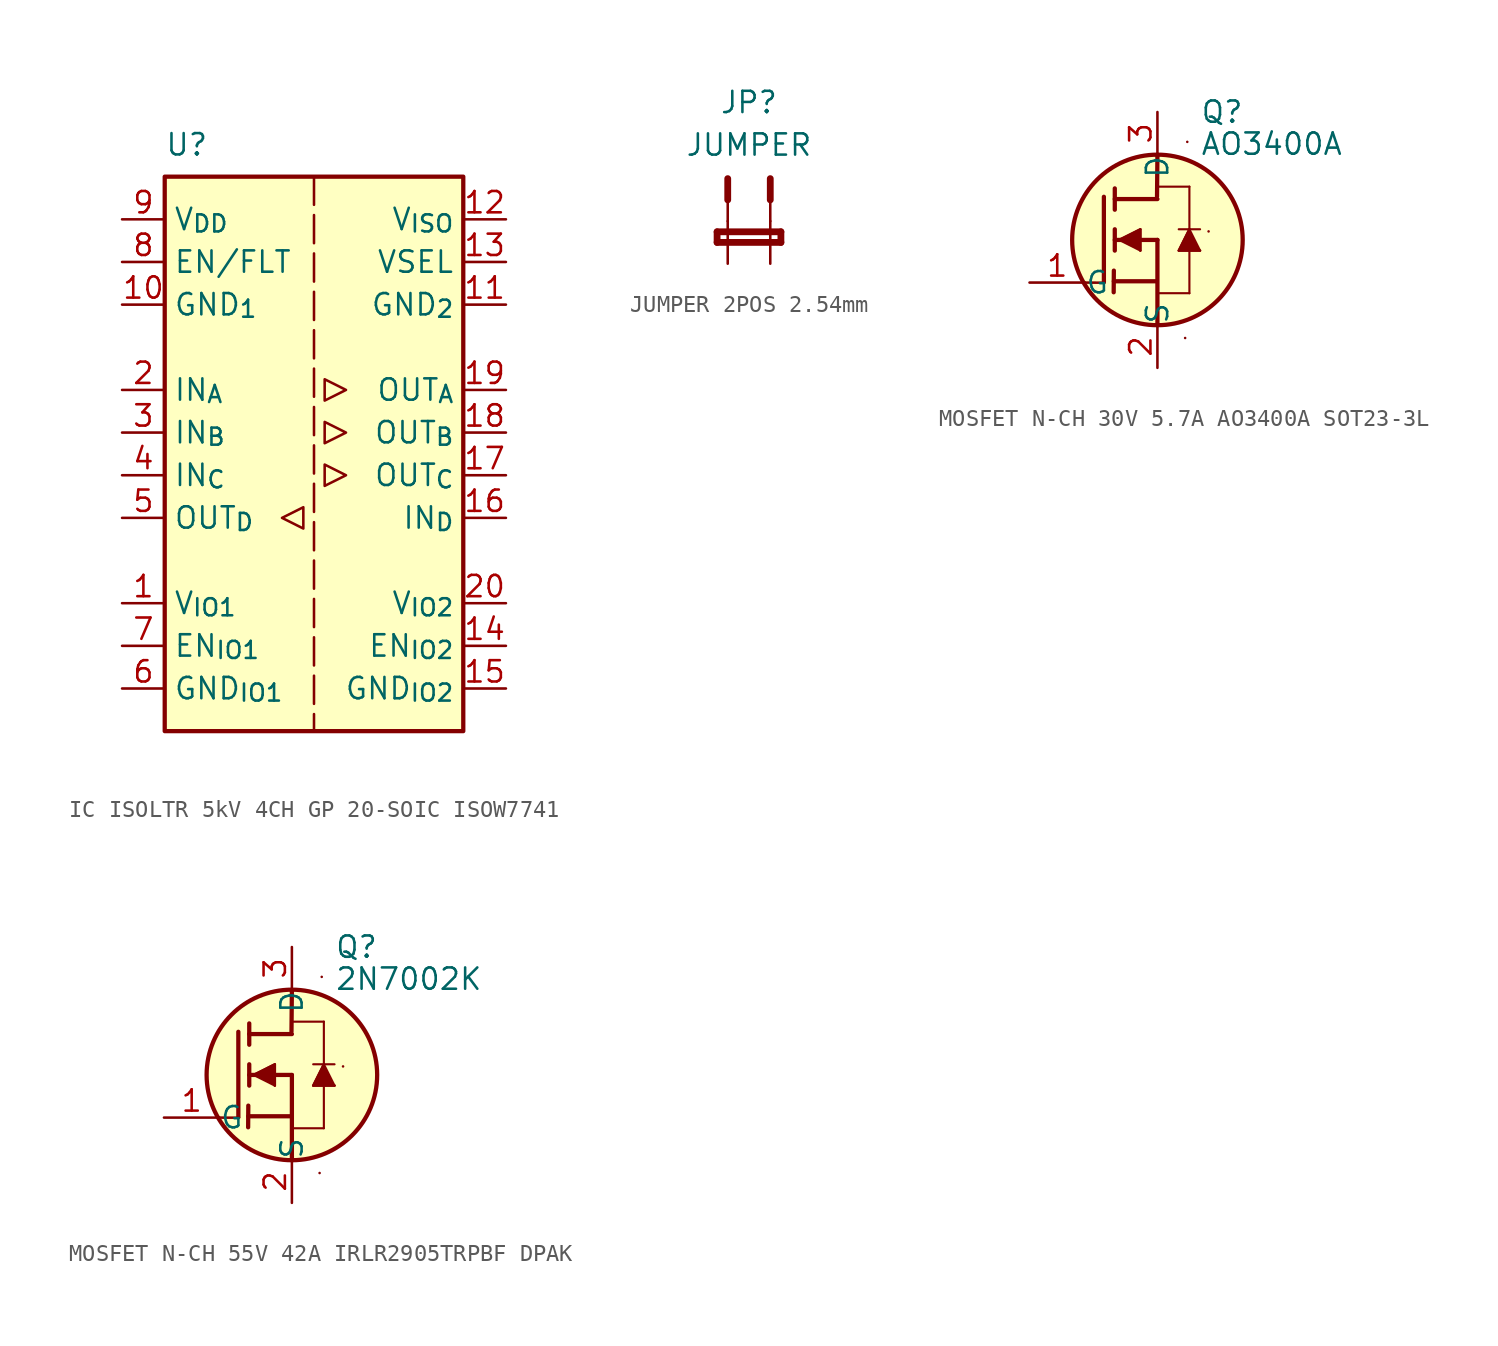
<source format=kicad_sym>
(kicad_symbol_lib
  (version 20241209)
  (generator "kicad_symbol_editor")
  (generator_version "9.0")
  (symbol "IC ISOLTR 5kV 4CH GP 20-SOIC ISOW7741"
    (property "Reference" "U"
      (at 0 1.905 0)
      (effects (font (size 1.27 1.27)) (justify left)))
    (symbol "IC ISOLTR 5kV 4CH GP 20-SOIC ISOW7741_1_1"
      (unit_name "IO")
      (rectangle (start 0 0) (end 17.78 -33.02) (stroke (width 0.254) (type default)) (fill (type background)))
      (polyline (pts (xy 6.985 -20.32) (xy 8.255 -19.685) (xy 8.255 -20.955) (xy 6.985 -20.32)) (stroke (width 0) (type default)) (fill (type none)))
      (polyline (pts (xy 8.89 0) (xy 8.89 -33.02)) (stroke (width 0) (type dash)) (fill (type none)))
      (polyline (pts (xy 9.525 -12.065) (xy 9.525 -13.335) (xy 10.795 -12.7) (xy 9.525 -12.065)) (stroke (width 0) (type default)) (fill (type none)))
      (polyline (pts (xy 9.525 -14.605) (xy 9.525 -15.875) (xy 10.795 -15.24) (xy 9.525 -14.605)) (stroke (width 0) (type default)) (fill (type none)))
      (polyline (pts (xy 10.795 -17.78) (xy 9.525 -18.415) (xy 9.525 -17.145) (xy 10.795 -17.78)) (stroke (width 0) (type default)) (fill (type none)))
      (pin power_in line (at -2.54 -2.54 0) (length 2.54) (name "V_{DD}" (effects (font (size 1.27 1.27)))) (number "9" (effects (font (size 1.27 1.27)))))
      (pin bidirectional line (at -2.54 -5.08 0) (length 2.54) (name "EN/FLT" (effects (font (size 1.27 1.27)))) (number "8" (effects (font (size 1.27 1.27)))))
      (pin power_in line (at -2.54 -7.62 0) (length 2.54) (name "GND_{1}" (effects (font (size 1.27 1.27)))) (number "10" (effects (font (size 1.27 1.27)))))
      (pin input line (at -2.54 -12.7 0) (length 2.54) (name "IN_{A}" (effects (font (size 1.27 1.27)))) (number "2" (effects (font (size 1.27 1.27)))))
      (pin input line (at -2.54 -15.24 0) (length 2.54) (name "IN_{B}" (effects (font (size 1.27 1.27)))) (number "3" (effects (font (size 1.27 1.27)))))
      (pin input line (at -2.54 -17.78 0) (length 2.54) (name "IN_{C}" (effects (font (size 1.27 1.27)))) (number "4" (effects (font (size 1.27 1.27)))))
      (pin output line (at -2.54 -20.32 0) (length 2.54) (name "OUT_{D}" (effects (font (size 1.27 1.27)))) (number "5" (effects (font (size 1.27 1.27)))))
      (pin power_in line (at -2.54 -25.4 0) (length 2.54) (name "V_{IO1}" (effects (font (size 1.27 1.27)))) (number "1" (effects (font (size 1.27 1.27)))))
      (pin input line (at -2.54 -27.94 0) (length 2.54) (name "EN_{IO1}" (effects (font (size 1.27 1.27)))) (number "7" (effects (font (size 1.27 1.27)))))
      (pin power_in line (at -2.54 -30.48 0) (length 2.54) (name "GND_{IO1}" (effects (font (size 1.27 1.27)))) (number "6" (effects (font (size 1.27 1.27)))))
      (pin power_out line (at 20.32 -2.54 180) (length 2.54) (name "V_{ISO}" (effects (font (size 1.27 1.27)))) (number "12" (effects (font (size 1.27 1.27)))))
      (pin input line (at 20.32 -5.08 180) (length 2.54) (name "VSEL" (effects (font (size 1.27 1.27)))) (number "13" (effects (font (size 1.27 1.27)))))
      (pin power_out line (at 20.32 -7.62 180) (length 2.54) (name "GND_{2}" (effects (font (size 1.27 1.27)))) (number "11" (effects (font (size 1.27 1.27)))))
      (pin output line (at 20.32 -12.7 180) (length 2.54) (name "OUT_{A}" (effects (font (size 1.27 1.27)))) (number "19" (effects (font (size 1.27 1.27)))))
      (pin output line (at 20.32 -15.24 180) (length 2.54) (name "OUT_{B}" (effects (font (size 1.27 1.27)))) (number "18" (effects (font (size 1.27 1.27)))))
      (pin output line (at 20.32 -17.78 180) (length 2.54) (name "OUT_{C}" (effects (font (size 1.27 1.27)))) (number "17" (effects (font (size 1.27 1.27)))))
      (pin input line (at 20.32 -20.32 180) (length 2.54) (name "IN_{D}" (effects (font (size 1.27 1.27)))) (number "16" (effects (font (size 1.27 1.27)))))
      (pin power_in line (at 20.32 -25.4 180) (length 2.54) (name "V_{IO2}" (effects (font (size 1.27 1.27)))) (number "20" (effects (font (size 1.27 1.27)))))
      (pin input line (at 20.32 -27.94 180) (length 2.54) (name "EN_{IO2}" (effects (font (size 1.27 1.27)))) (number "14" (effects (font (size 1.27 1.27)))))
      (pin power_in line (at 20.32 -30.48 180) (length 2.54) (name "GND_{IO2}" (effects (font (size 1.27 1.27)))) (number "15" (effects (font (size 1.27 1.27)))))))
  (symbol "JUMPER 2POS 2.54mm"
    (pin_numbers
      (hide yes))
    (pin_names
      (hide yes))
    (property "Reference" "JP"
      (at 1.27 8.89 0)
      (effects (font (size 1.27 1.27)) (justify bottom)))
    (property "Value" "JUMPER"
      (at 1.27 6.35 0)
      (effects (font (size 1.27 1.27)) (justify bottom)))
    (symbol "JUMPER 2POS 2.54mm_1_0"
      (polyline (pts (xy -0.635 1.905) (xy -0.635 1.27)) (stroke (width 0.406) (type solid)) (fill (type none)))
      (polyline (pts (xy -0.635 1.27) (xy 3.175 1.27)) (stroke (width 0.406) (type solid)) (fill (type none)))
      (polyline (pts (xy 0 5.08) (xy 0 3.81)) (stroke (width 0.406) (type solid)) (fill (type none)))
      (polyline (pts (xy 0 2.54) (xy 0 3.81)) (stroke (width 0.152) (type solid)) (fill (type none)))
      (polyline (pts (xy 2.54 5.08) (xy 2.54 3.81)) (stroke (width 0.406) (type solid)) (fill (type none)))
      (polyline (pts (xy 2.54 2.54) (xy 2.54 3.81)) (stroke (width 0.152) (type solid)) (fill (type none)))
      (polyline (pts (xy 3.175 1.905) (xy -0.635 1.905)) (stroke (width 0.406) (type solid)) (fill (type none)))
      (polyline (pts (xy 3.175 1.27) (xy 3.175 1.905)) (stroke (width 0.406) (type solid)) (fill (type none)))
      (pin passive line (at 0 0 90) (length 2.54) (name "1" (effects (font (size 0 0)))) (number "1" (effects (font (size 0 0)))))
      (pin passive line (at 2.54 0 90) (length 2.54) (name "2" (effects (font (size 0 0)))) (number "2" (effects (font (size 0 0)))))))
  (symbol "MOSFET N-CH 30V 5.7A AO3400A SOT23-3L"
    (pin_names
      (offset 0.002))
    (property "Reference" "Q"
      (at 2.54 7.62 0)
      (effects (font (size 1.27 1.27)) (justify left)))
    (property "Value" "AO3400A"
      (at 2.54 5.715 0)
      (effects (font (size 1.27 1.27)) (justify left)))
    (symbol "MOSFET N-CH 30V 5.7A AO3400A SOT23-3L_0_1"
      (polyline (pts (xy -4.373 -2.541) (xy -3.145 -2.547)) (stroke (width 0) (type default)) (fill (type none)))
      (polyline (pts (xy -3.189 -2.496) (xy -3.19 2.57)) (stroke (width 0.254) (type default)) (fill (type none)))
      (polyline (pts (xy -2.596 -1.828) (xy -2.606 -3.118)) (stroke (width 0.254) (type default)) (fill (type none)))
      (polyline (pts (xy -2.596 -2.463) (xy -0.056 -2.463)) (stroke (width 0.254) (type default)) (fill (type none)))
      (polyline (pts (xy -2.54 2.435) (xy 0 2.435)) (stroke (width 0.254) (type default)) (fill (type none)))
      (polyline (pts (xy -2.54 1.8) (xy -2.54 3.07)) (stroke (width 0.254) (type default)) (fill (type none)))
      (polyline (pts (xy -2.54 0) (xy 0 0)) (stroke (width 0.254) (type default)) (fill (type none)))
      (polyline (pts (xy -2.54 -0.635) (xy -2.54 0.635)) (stroke (width 0.254) (type default)) (fill (type none)))
      (polyline (pts (xy -2.286 0) (xy -1.016 0.635)) (stroke (width 0.127) (type default)) (fill (type none)))
      (polyline (pts (xy -2.286 0) (xy -1.016 -0.635)) (stroke (width 0.127) (type default)) (fill (type none)))
      (polyline (pts (xy -1.016 -0.635) (xy -1.016 0.635)) (stroke (width 0.127) (type default)) (fill (type none)))
      (polyline (pts (xy -1.016 -0.635) (xy -1.016 0.635) (xy -2.286 0)) (stroke (width 0) (type default)) (fill (type outline)))
      (polyline (pts (xy -0.024 2.586) (xy 0 5.08)) (stroke (width 0.254) (type default)) (fill (type none)))
      (polyline (pts (xy 0 3.175) (xy 1.905 3.175)) (stroke (width 0.127) (type default)) (fill (type none)))
      (polyline (pts (xy 0 0) (xy 0 -5.08)) (stroke (width 0.254) (type default)) (fill (type none)))
      (polyline (pts (xy 0 -3.175) (xy 1.905 -3.175)) (stroke (width 0.127) (type default)) (fill (type none)))
      (polyline (pts (xy 1.27 0.635) (xy 2.54 0.635)) (stroke (width 0.127) (type default)) (fill (type none)))
      (polyline (pts (xy 1.27 -0.635) (xy 2.54 -0.635)) (stroke (width 0.127) (type default)) (fill (type none)))
      (polyline (pts (xy 1.651 -5.842) (xy 1.651 -5.842)) (stroke (width 0) (type default)) (fill (type none)))
      (polyline (pts (xy 1.778 5.842) (xy 1.778 5.842)) (stroke (width 0) (type default)) (fill (type none)))
      (polyline (pts (xy 1.905 0.635) (xy 1.27 -0.635)) (stroke (width 0.127) (type default)) (fill (type outline)))
      (polyline (pts (xy 1.905 0.635) (xy 1.27 -0.635) (xy 2.54 -0.635)) (stroke (width 0) (type default)) (fill (type outline)))
      (polyline (pts (xy 1.905 -3.175) (xy 1.905 3.175)) (stroke (width 0.127) (type default)) (fill (type none)))
      (polyline (pts (xy 2.54 -0.635) (xy 1.905 0.635)) (stroke (width 0.127) (type default)) (fill (type outline)))
      (polyline (pts (xy 3.048 0.508) (xy 3.048 0.508)) (stroke (width 0) (type default)) (fill (type none)))
      (pin passive line (at -7.62 -2.54 0) (length 3.302) (name "G" (effects (font (size 1.27 1.27)))) (number "1" (effects (font (size 1.27 1.27)))))
      (pin power_out line (at 0 7.62 270) (length 2.54) (name "D" (effects (font (size 1.27 1.27)))) (number "3" (effects (font (size 1.27 1.27)))))
      (pin power_in line (at 0 -7.62 90) (length 2.54) (name "S" (effects (font (size 1.27 1.27)))) (number "2" (effects (font (size 1.27 1.27))))))
    (symbol "MOSFET N-CH 30V 5.7A AO3400A SOT23-3L_1_1"
      (circle (center 0 0) (radius 5.08) (stroke (width 0.254) (type solid)) (fill (type background)))))
  (symbol "MOSFET N-CH 55V 42A IRLR2905TRPBF DPAK"
    (pin_names
      (offset 0.002))
    (property "Reference" "Q"
      (at 2.54 7.62 0)
      (effects (font (size 1.27 1.27)) (justify left)))
    (property "Value" "2N7002K"
      (at 2.54 5.715 0)
      (effects (font (size 1.27 1.27)) (justify left)))
    (symbol "MOSFET N-CH 55V 42A IRLR2905TRPBF DPAK_0_1"
      (polyline (pts (xy -4.373 -2.541) (xy -3.145 -2.547)) (stroke (width 0) (type default)) (fill (type none)))
      (polyline (pts (xy -3.189 -2.496) (xy -3.19 2.57)) (stroke (width 0.254) (type default)) (fill (type none)))
      (polyline (pts (xy -2.596 -1.828) (xy -2.606 -3.118)) (stroke (width 0.254) (type default)) (fill (type none)))
      (polyline (pts (xy -2.596 -2.463) (xy -0.056 -2.463)) (stroke (width 0.254) (type default)) (fill (type none)))
      (polyline (pts (xy -2.54 2.435) (xy 0 2.435)) (stroke (width 0.254) (type default)) (fill (type none)))
      (polyline (pts (xy -2.54 1.8) (xy -2.54 3.07)) (stroke (width 0.254) (type default)) (fill (type none)))
      (polyline (pts (xy -2.54 0) (xy 0 0)) (stroke (width 0.254) (type default)) (fill (type none)))
      (polyline (pts (xy -2.54 -0.635) (xy -2.54 0.635)) (stroke (width 0.254) (type default)) (fill (type none)))
      (polyline (pts (xy -2.286 0) (xy -1.016 0.635)) (stroke (width 0.127) (type default)) (fill (type none)))
      (polyline (pts (xy -2.286 0) (xy -1.016 -0.635)) (stroke (width 0.127) (type default)) (fill (type none)))
      (polyline (pts (xy -1.016 -0.635) (xy -1.016 0.635)) (stroke (width 0.127) (type default)) (fill (type none)))
      (polyline (pts (xy -1.016 -0.635) (xy -1.016 0.635) (xy -2.286 0)) (stroke (width 0) (type default)) (fill (type outline)))
      (polyline (pts (xy -0.024 2.586) (xy 0 5.08)) (stroke (width 0.254) (type default)) (fill (type none)))
      (polyline (pts (xy 0 3.175) (xy 1.905 3.175)) (stroke (width 0.127) (type default)) (fill (type none)))
      (polyline (pts (xy 0 0) (xy 0 -5.08)) (stroke (width 0.254) (type default)) (fill (type none)))
      (polyline (pts (xy 0 -3.175) (xy 1.905 -3.175)) (stroke (width 0.127) (type default)) (fill (type none)))
      (polyline (pts (xy 1.27 0.635) (xy 2.54 0.635)) (stroke (width 0.127) (type default)) (fill (type none)))
      (polyline (pts (xy 1.27 -0.635) (xy 2.54 -0.635)) (stroke (width 0.127) (type default)) (fill (type outline)))
      (polyline (pts (xy 1.651 -5.842) (xy 1.651 -5.842)) (stroke (width 0) (type default)) (fill (type none)))
      (polyline (pts (xy 1.778 5.842) (xy 1.778 5.842)) (stroke (width 0) (type default)) (fill (type none)))
      (polyline (pts (xy 1.905 0.635) (xy 1.27 -0.635)) (stroke (width 0.127) (type default)) (fill (type outline)))
      (polyline (pts (xy 1.905 0.635) (xy 1.27 -0.635) (xy 2.54 -0.635)) (stroke (width 0) (type default)) (fill (type outline)))
      (polyline (pts (xy 1.905 -3.175) (xy 1.905 3.175)) (stroke (width 0.127) (type default)) (fill (type none)))
      (polyline (pts (xy 2.54 -0.635) (xy 1.905 0.635)) (stroke (width 0.127) (type default)) (fill (type outline)))
      (polyline (pts (xy 3.048 0.508) (xy 3.048 0.508)) (stroke (width 0) (type default)) (fill (type none)))
      (pin passive line (at -7.62 -2.54 0) (length 3.302) (name "G" (effects (font (size 1.27 1.27)))) (number "1" (effects (font (size 1.27 1.27)))))
      (pin power_out line (at 0 7.62 270) (length 2.54) (name "D" (effects (font (size 1.27 1.27)))) (number "3" (effects (font (size 1.27 1.27)))))
      (pin power_in line (at 0 -7.62 90) (length 2.54) (name "S" (effects (font (size 1.27 1.27)))) (number "2" (effects (font (size 1.27 1.27))))))
    (symbol "MOSFET N-CH 55V 42A IRLR2905TRPBF DPAK_1_1"
      (circle (center 0 0) (radius 5.08) (stroke (width 0.254) (type solid)) (fill (type background))))))
</source>
